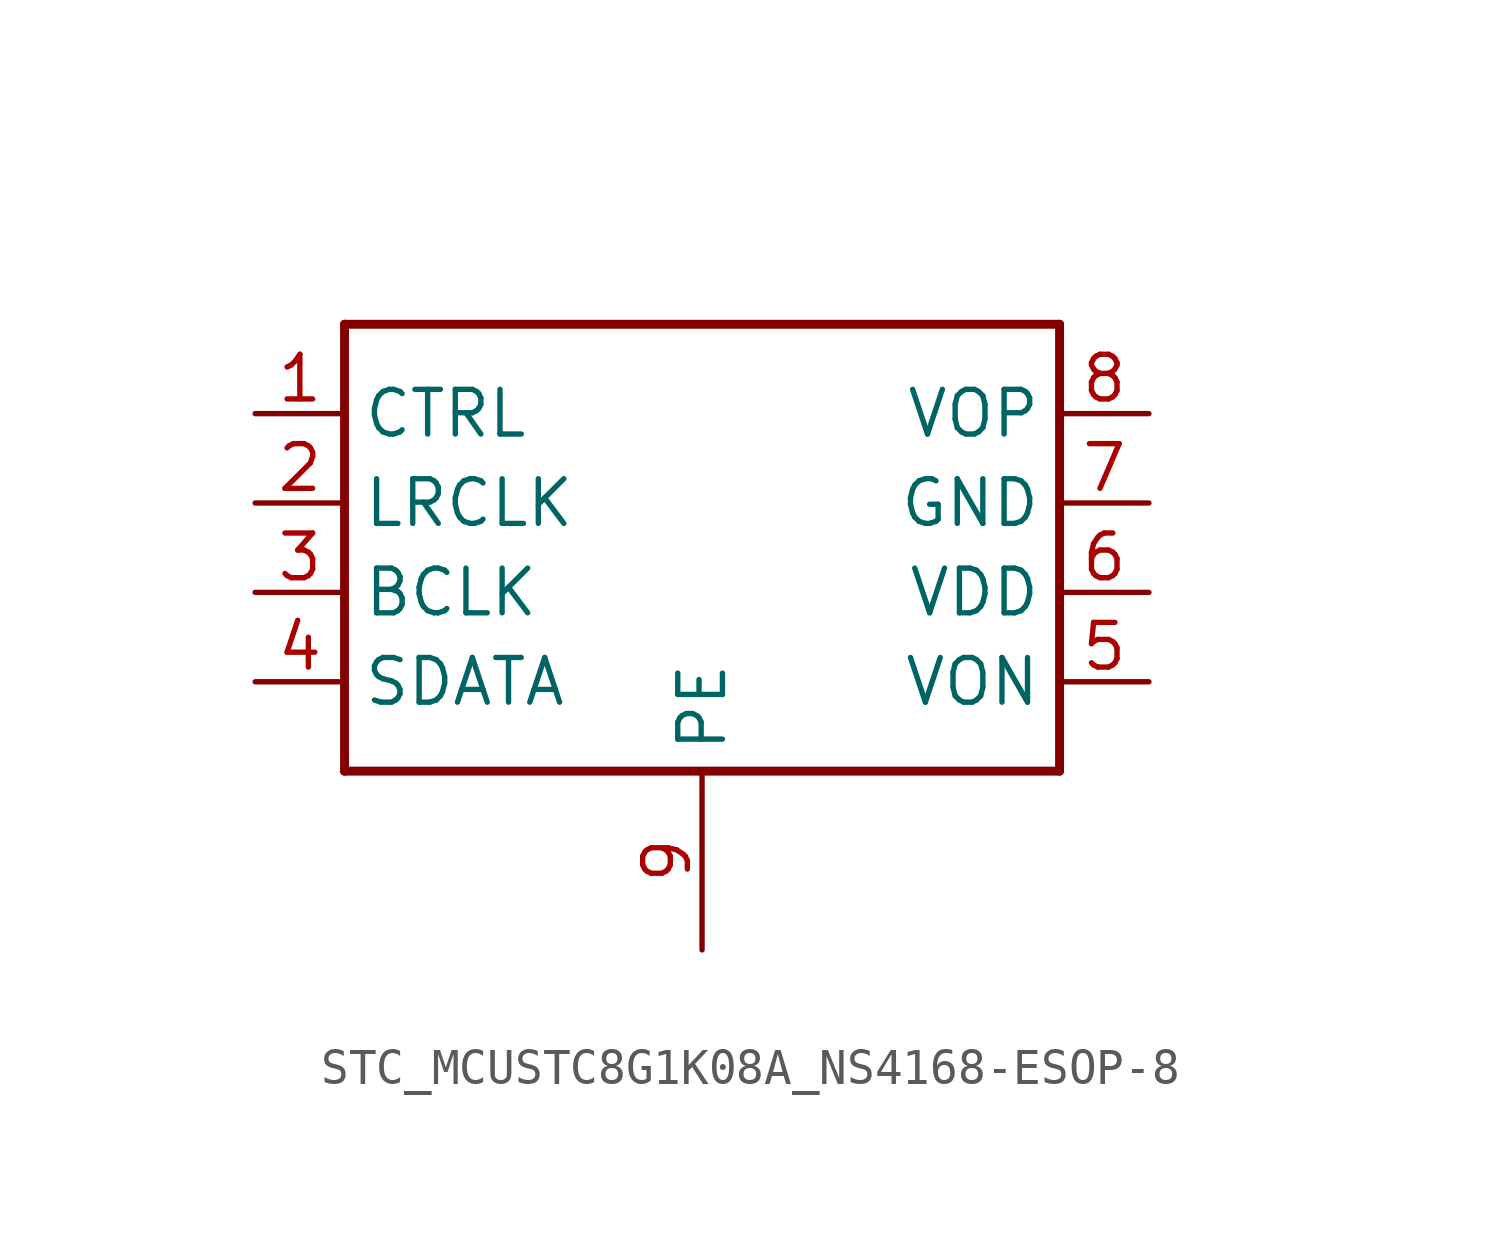
<source format=kicad_sym>
(kicad_symbol_lib
  (version 20231120)
  (generator "kicad_symbol_editor")
  (generator_version "8.0")
  (symbol "STC_MCUSTC8G1K08A_NS4168-ESOP-8"
    (property "Reference" ""
      (at 2.54 7.62 0)
      (effects (font (size 1.778 1.511)) (justify left bottom) (hide yes)))
    (property "Value" ""
      (at 15.24 7.62 0)
      (effects (font (size 1.778 1.511)) (justify left bottom)))
    (property "ki_locked" ""
      (at 0 0 0)
      (effects (font (size 1.27 1.27))))
    (symbol "STC_MCUSTC8G1K08A_NS4168-ESOP-8_1_0"
      (polyline (pts (xy -10.16 -7.62) (xy -10.16 5.08)) (stroke (width 0.254) (type solid)) (fill (type none)))
      (polyline (pts (xy -10.16 5.08) (xy 10.16 5.08)) (stroke (width 0.254) (type solid)) (fill (type none)))
      (polyline (pts (xy 10.16 -7.62) (xy -10.16 -7.62)) (stroke (width 0.254) (type solid)) (fill (type none)))
      (polyline (pts (xy 10.16 5.08) (xy 10.16 -7.62)) (stroke (width 0.254) (type solid)) (fill (type none)))
      (pin bidirectional line (at -12.7 2.54 0) (length 2.54) (name "CTRL" (effects (font (size 1.27 1.27)))) (number "1" (effects (font (size 1.27 1.27)))))
      (pin bidirectional line (at -12.7 0 0) (length 2.54) (name "LRCLK" (effects (font (size 1.27 1.27)))) (number "2" (effects (font (size 1.27 1.27)))))
      (pin bidirectional line (at -12.7 -2.54 0) (length 2.54) (name "BCLK" (effects (font (size 1.27 1.27)))) (number "3" (effects (font (size 1.27 1.27)))))
      (pin bidirectional line (at -12.7 -5.08 0) (length 2.54) (name "SDATA" (effects (font (size 1.27 1.27)))) (number "4" (effects (font (size 1.27 1.27)))))
      (pin bidirectional line (at 12.7 -5.08 180) (length 2.54) (name "VON" (effects (font (size 1.27 1.27)))) (number "5" (effects (font (size 1.27 1.27)))))
      (pin bidirectional line (at 12.7 -2.54 180) (length 2.54) (name "VDD" (effects (font (size 1.27 1.27)))) (number "6" (effects (font (size 1.27 1.27)))))
      (pin bidirectional line (at 12.7 0 180) (length 2.54) (name "GND" (effects (font (size 1.27 1.27)))) (number "7" (effects (font (size 1.27 1.27)))))
      (pin bidirectional line (at 12.7 2.54 180) (length 2.54) (name "VOP" (effects (font (size 1.27 1.27)))) (number "8" (effects (font (size 1.27 1.27)))))
      (pin bidirectional line (at 0 -12.7 90) (length 5.08) (name "PE" (effects (font (size 1.27 1.27)))) (number "9" (effects (font (size 1.27 1.27))))))))
</source>
